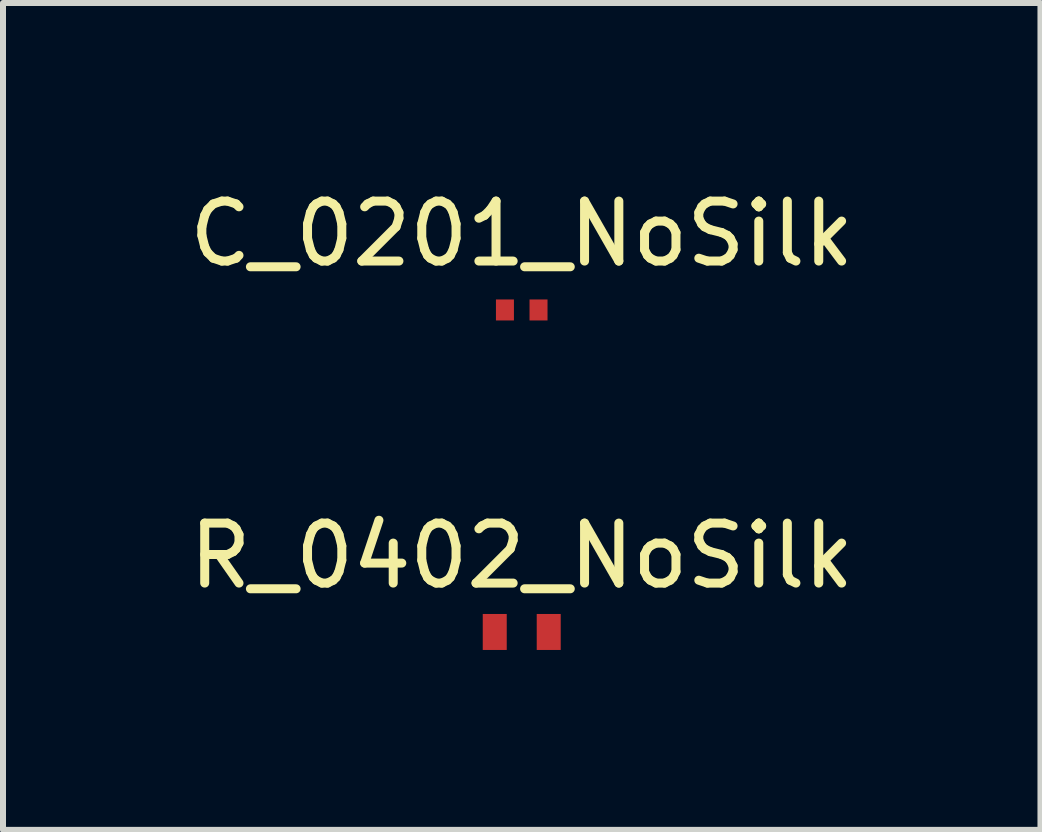
<source format=kicad_pcb>
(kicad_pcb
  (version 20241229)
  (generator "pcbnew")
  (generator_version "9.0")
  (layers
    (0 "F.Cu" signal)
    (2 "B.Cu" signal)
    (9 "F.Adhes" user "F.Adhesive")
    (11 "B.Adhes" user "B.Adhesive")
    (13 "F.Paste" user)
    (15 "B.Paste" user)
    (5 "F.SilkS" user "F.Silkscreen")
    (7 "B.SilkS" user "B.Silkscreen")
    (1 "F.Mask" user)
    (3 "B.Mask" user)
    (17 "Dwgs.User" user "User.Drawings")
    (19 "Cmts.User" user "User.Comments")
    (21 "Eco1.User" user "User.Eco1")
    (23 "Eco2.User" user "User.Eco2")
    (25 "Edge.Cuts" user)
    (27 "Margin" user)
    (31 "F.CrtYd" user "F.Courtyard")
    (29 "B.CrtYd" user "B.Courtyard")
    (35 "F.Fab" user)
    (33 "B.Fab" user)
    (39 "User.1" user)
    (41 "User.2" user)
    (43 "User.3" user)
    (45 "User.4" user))
  (footprint "C_0201_NoSilk"
    (layer "F.Cu")
    (at 5.649 2.118)
    (property "Reference" "C_0201_NoSilk" (at 0 -1.27 0) (layer "F.SilkS") (effects (font (size 1 1) (thickness 0.15))))
    (attr smd)
    (pad "1" smd rect (at -0.28 0) (size 0.3 0.35) (layers "F.Cu" "F.Mask" "F.Paste"))
    (pad "2" smd rect (at 0.28 0) (size 0.3 0.35) (layers "F.Cu" "F.Mask" "F.Paste")))
  (footprint "R_0402_NoSilk"
    (layer "F.Cu")
    (at 5.649 7.487)
    (property "Reference" "R_0402_NoSilk" (at 0 -1.27 0) (layer "F.SilkS") (effects (font (size 1 1) (thickness 0.15))))
    (attr smd)
    (pad "1" smd rect (at -0.45 0) (size 0.4 0.6) (layers "F.Cu" "F.Mask" "F.Paste"))
    (pad "2" smd rect (at 0.45 0) (size 0.4 0.6) (layers "F.Cu" "F.Mask" "F.Paste")))
  (gr_rect
    (start -3 -3)
    (end 14.298 10.787)
    (stroke (width 0.1) (type default))
    (fill no)
    (layer "Edge.Cuts")))
</source>
